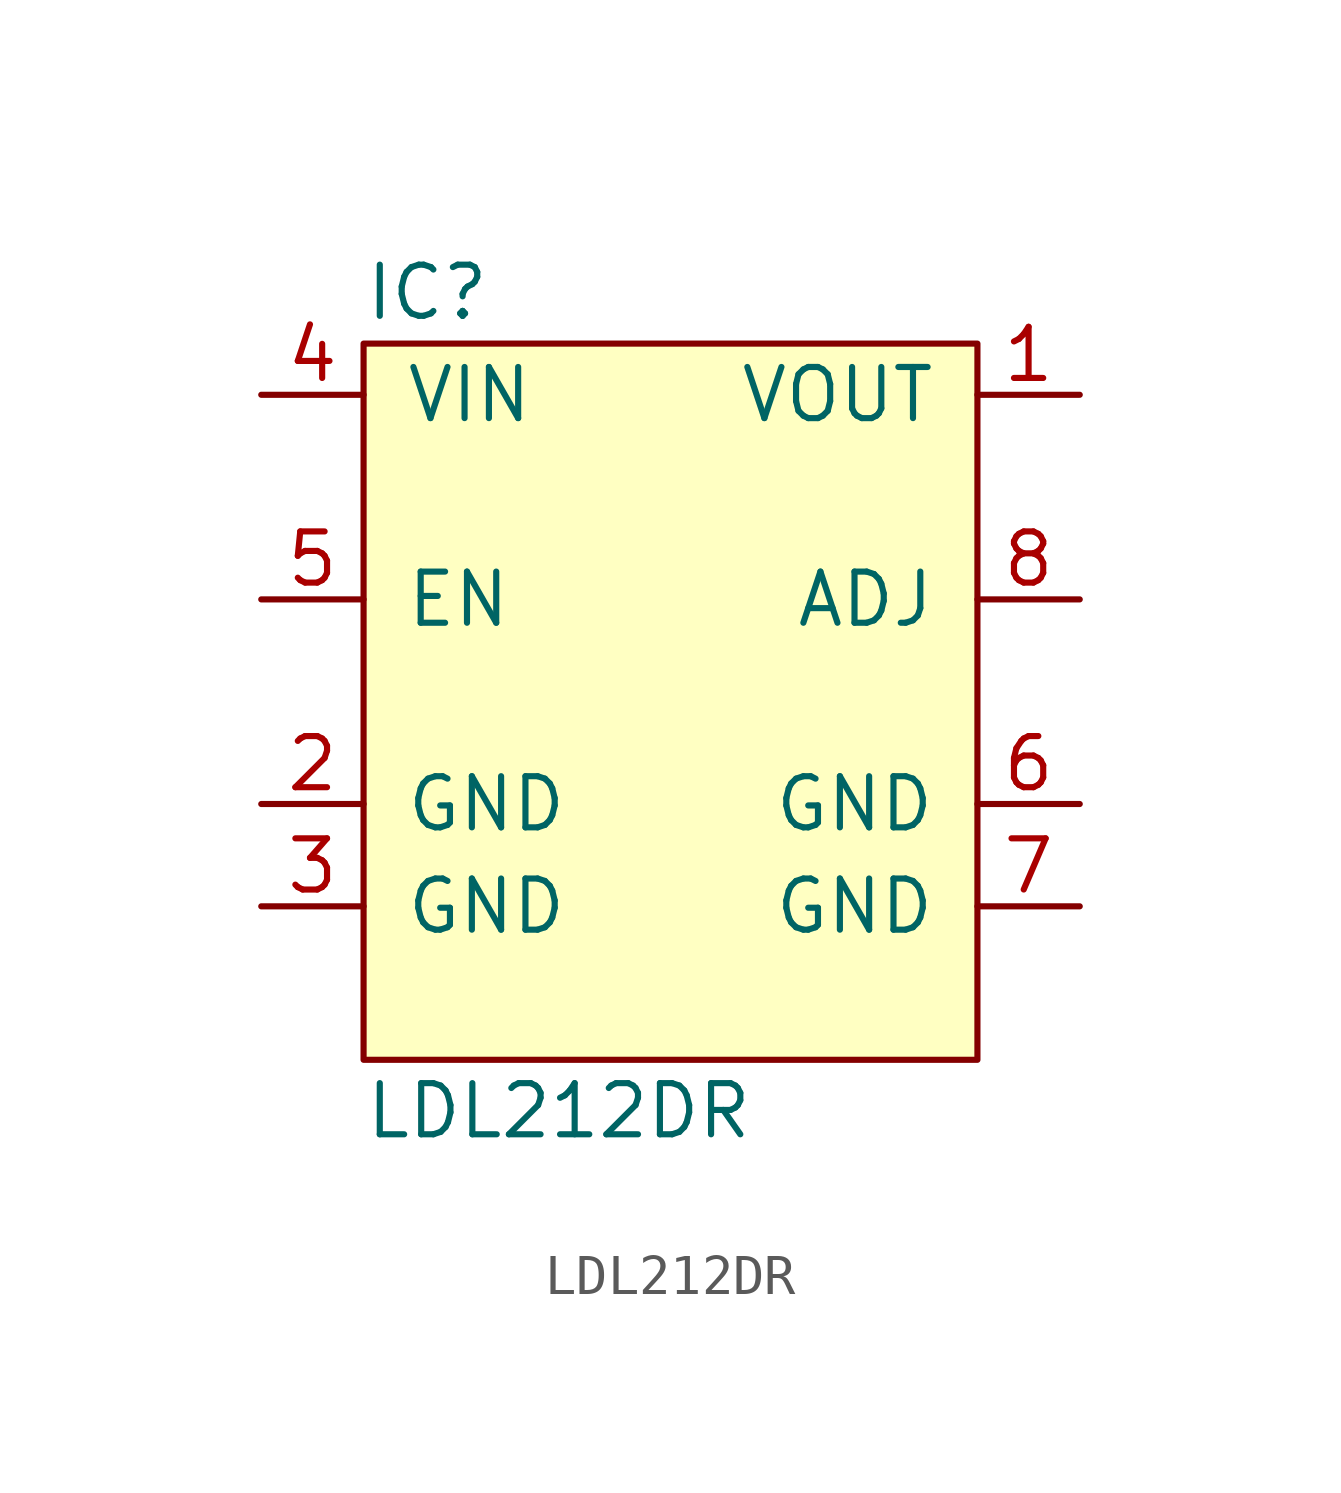
<source format=kicad_sym>
(kicad_symbol_lib
  (version 20211014)
  (generator agg_kicad.build_lib_ic)
  (symbol "LDL212DR"
    (pin_names
      (offset 1.016))
    (property Reference IC
      (at -7.62 10.16 0)
      (effects (font (size 1.27 1.27)) (justify left)))
    (property Value "LDL212DR"
      (at -7.62 -10.16 0)
      (effects (font (size 1.27 1.27)) (justify left)))
    (symbol "LDL212DR_0_0"
      (rectangle (start -7.62 8.89) (end 7.62 -8.89) (stroke (width 0) (type default) (color 0 0 0 0)) (fill (type background)))
      (pin power_in line (at -10.16 7.62 0) (length 2.54) (name VIN (effects (font (size 1.27 1.27)))) (number "4" (effects (font (size 1.27 1.27)))))
      (pin input line (at -10.16 2.54 0) (length 2.54) (name EN (effects (font (size 1.27 1.27)))) (number "5" (effects (font (size 1.27 1.27)))))
      (pin power_in line (at -10.16 -2.54 0) (length 2.54) (name GND (effects (font (size 1.27 1.27)))) (number "2" (effects (font (size 1.27 1.27)))))
      (pin power_in line (at -10.16 -5.08 0) (length 2.54) (name GND (effects (font (size 1.27 1.27)))) (number "3" (effects (font (size 1.27 1.27)))))
      (pin power_out line (at 10.16 7.62 180) (length 2.54) (name VOUT (effects (font (size 1.27 1.27)))) (number "1" (effects (font (size 1.27 1.27)))))
      (pin input line (at 10.16 2.54 180) (length 2.54) (name ADJ (effects (font (size 1.27 1.27)))) (number "8" (effects (font (size 1.27 1.27)))))
      (pin power_in line (at 10.16 -2.54 180) (length 2.54) (name GND (effects (font (size 1.27 1.27)))) (number "6" (effects (font (size 1.27 1.27)))))
      (pin power_in line (at 10.16 -5.08 180) (length 2.54) (name GND (effects (font (size 1.27 1.27)))) (number "7" (effects (font (size 1.27 1.27))))))))
</source>
